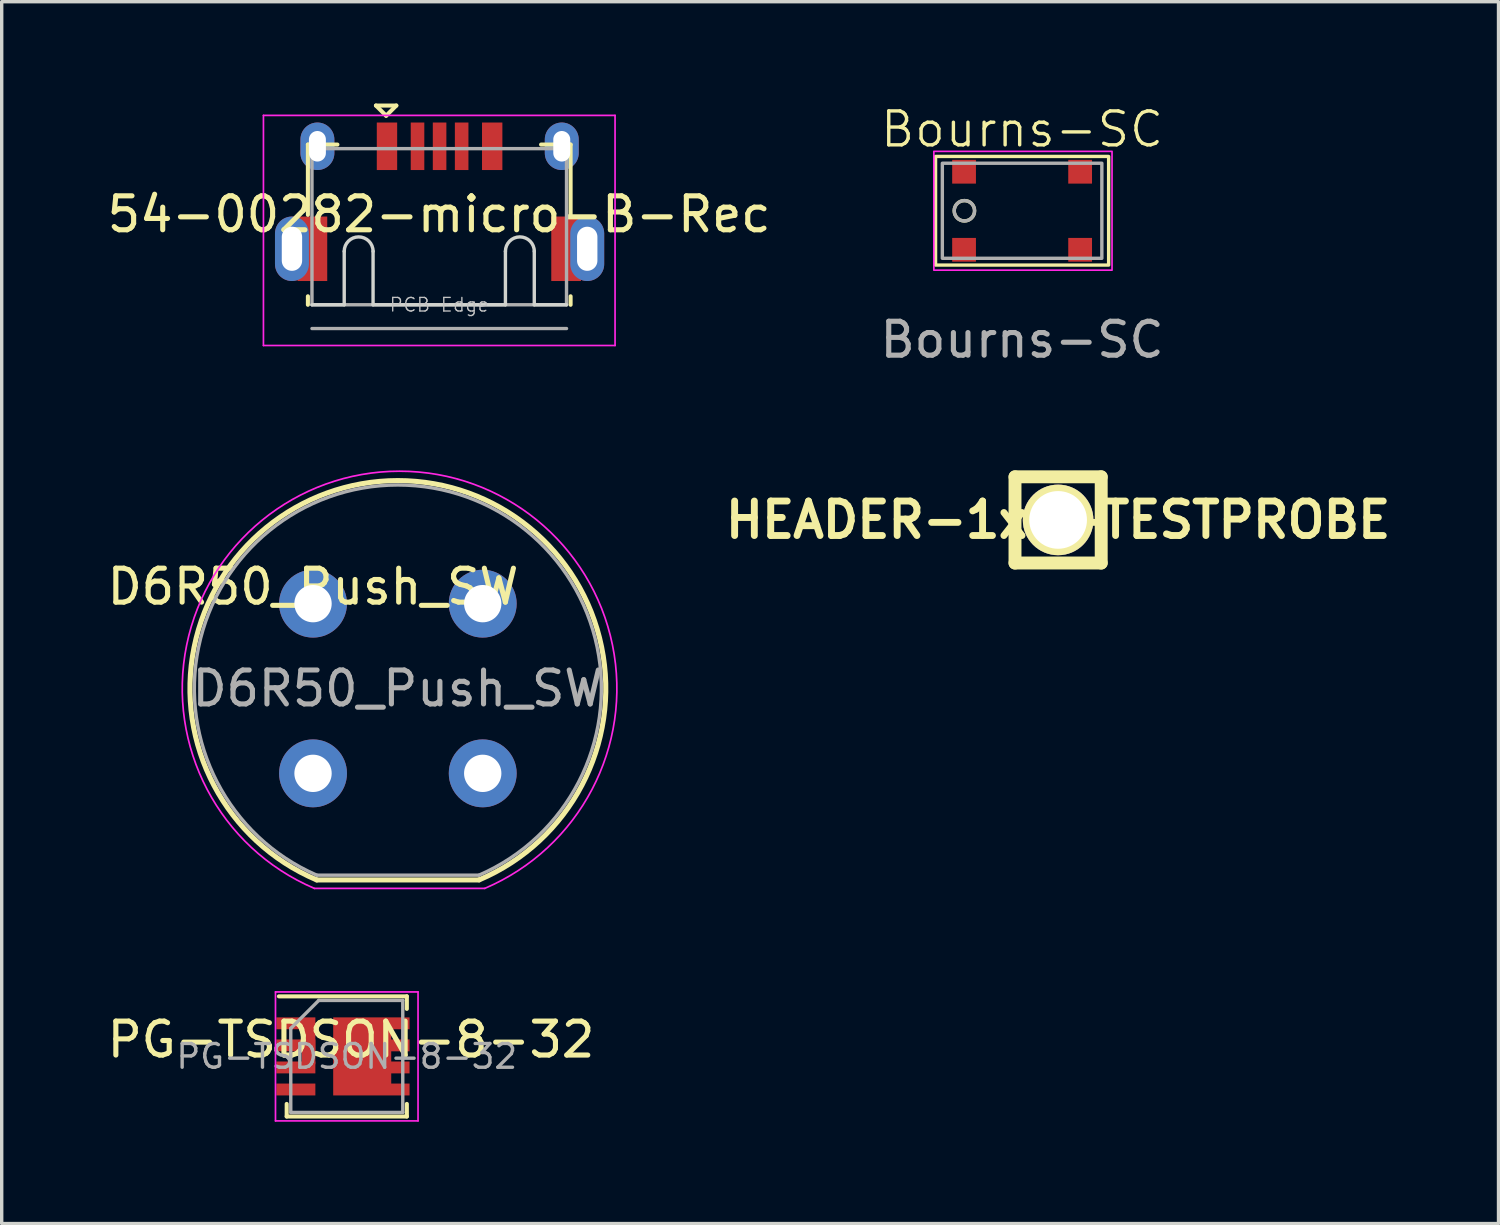
<source format=kicad_pcb>
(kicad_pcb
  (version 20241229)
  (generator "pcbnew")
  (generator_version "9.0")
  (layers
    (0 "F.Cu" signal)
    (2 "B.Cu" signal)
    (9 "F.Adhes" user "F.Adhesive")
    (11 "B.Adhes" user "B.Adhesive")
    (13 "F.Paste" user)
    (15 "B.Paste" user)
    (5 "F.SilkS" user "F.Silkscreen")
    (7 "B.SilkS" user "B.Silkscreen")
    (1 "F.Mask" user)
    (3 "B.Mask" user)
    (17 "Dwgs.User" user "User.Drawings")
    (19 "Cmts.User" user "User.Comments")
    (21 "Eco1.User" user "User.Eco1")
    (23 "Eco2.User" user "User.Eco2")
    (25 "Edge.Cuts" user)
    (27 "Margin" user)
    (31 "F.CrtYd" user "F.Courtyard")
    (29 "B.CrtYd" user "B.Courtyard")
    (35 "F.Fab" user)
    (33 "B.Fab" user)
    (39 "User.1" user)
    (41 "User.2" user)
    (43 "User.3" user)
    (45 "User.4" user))
  (footprint "PG-TSDSON-8-32"
    (layer "F.Cu")
    (at 7.292 28.081)
    (property "Reference" "PG-TSDSON-8-32" (at 0 -0.5 0) (unlocked yes) (layer "F.SilkS") (effects (font (size 1 1) (thickness 0.15))))
    (attr smd)
    (fp_line (start -1.895 1.765) (end -1.895 1.395) (stroke (width 0.12) (type solid)) (layer "F.SilkS"))
    (fp_line (start -1.895 1.765) (end 1.645 1.765) (stroke (width 0.12) (type solid)) (layer "F.SilkS"))
    (fp_line (start 1.645 -1.775) (end -2.125 -1.775) (stroke (width 0.12) (type solid)) (layer "F.SilkS"))
    (fp_line (start 1.645 -1.775) (end 1.645 -1.405) (stroke (width 0.12) (type solid)) (layer "F.SilkS"))
    (fp_line (start 1.645 1.765) (end 1.645 1.395) (stroke (width 0.12) (type solid)) (layer "F.SilkS"))
    (fp_line (start -2.225 -1.905) (end -2.225 1.895) (stroke (width 0.05) (type solid)) (layer "F.CrtYd"))
    (fp_line (start -2.225 1.895) (end 1.975 1.895) (stroke (width 0.05) (type solid)) (layer "F.CrtYd"))
    (fp_line (start 1.975 -1.905) (end -2.225 -1.905) (stroke (width 0.05) (type solid)) (layer "F.CrtYd"))
    (fp_line (start 1.975 1.895) (end 1.975 -1.905) (stroke (width 0.05) (type solid)) (layer "F.CrtYd"))
    (fp_line (start -1.775 -0.83) (end -1.775 1.645) (stroke (width 0.1) (type solid)) (layer "F.Fab"))
    (fp_line (start -1.775 1.645) (end 1.525 1.645) (stroke (width 0.1) (type solid)) (layer "F.Fab"))
    (fp_line (start -0.95 -1.655) (end -1.775 -0.83) (stroke (width 0.1) (type solid)) (layer "F.Fab"))
    (fp_line (start 1.525 -1.655) (end -0.95 -1.655) (stroke (width 0.1) (type solid)) (layer "F.Fab"))
    (fp_line (start 1.525 1.645) (end 1.525 -1.655) (stroke (width 0.1) (type solid)) (layer "F.Fab"))
    (fp_text user "${REFERENCE}" (at -0.125 -0.005 0) (layer "F.Fab") (effects (font (size 0.7 0.7) (thickness 0.1))))
    (pad "" smd rect (at -0.105 -0.57) (size 0.6 1) (layers "F.Paste"))
    (pad "" smd rect (at -0.105 0.56) (size 0.6 1) (layers "F.Paste"))
    (pad "" smd rect (at 0.605 -0.57) (size 0.6 1) (layers "F.Paste"))
    (pad "" smd rect (at 0.605 0.56) (size 0.6 1) (layers "F.Paste"))
    (pad "" smd rect (at 1.575 -0.98) (size 0.92 0.35) (layers "F.Paste"))
    (pad "" smd rect (at 1.575 -0.33) (size 0.92 0.35) (layers "F.Paste"))
    (pad "" smd rect (at 1.575 0.32) (size 0.92 0.35) (layers "F.Paste"))
    (pad "" smd rect (at 1.575 0.97) (size 0.92 0.35) (layers "F.Paste"))
    (pad "1" smd rect (at -1.625 -0.98) (size 1.15 0.35) (layers "F.Cu" "F.Mask" "F.Paste"))
    (pad "2" smd rect (at -1.625 -0.33) (size 1.15 0.35) (layers "F.Cu" "F.Mask" "F.Paste"))
    (pad "3" smd rect (at -1.625 0.32) (size 1.15 0.35) (layers "F.Cu" "F.Mask" "F.Paste"))
    (pad "4" smd rect (at -1.625 0.97) (size 1.15 0.35) (layers "F.Cu" "F.Mask" "F.Paste"))
    (pad "5" smd custom (at 0.33 -0.005) (size 1.71 2.3) (layers "F.Cu" "F.Mask") (options (anchor rect)) (primitives (gr_poly (pts (xy 1.395 1.15) (xy 0.855 1.15) (xy 0.855 0.8) (xy 1.395 0.8)) (width 0) (fill yes)) (gr_poly (pts (xy 1.395 0.5) (xy 0.855 0.5) (xy 0.855 0.15) (xy 1.395 0.15)) (width 0) (fill yes)) (gr_poly (pts (xy 1.395 -0.15) (xy 0.855 -0.15) (xy 0.855 -0.5) (xy 1.395 -0.5)) (width 0) (fill yes)) (gr_poly (pts (xy 1.395 -0.8) (xy 0.855 -0.8) (xy 0.855 -1.15) (xy 1.395 -1.15)) (width 0) (fill yes))))
    (pad "S" smd rect (at -1.25 -0.35 90) (size 1.15 0.4) (layers "F.Cu" "F.Mask" "F.Paste")))
  (footprint "HEADER-1x1-TESTPROBE"
    (layer "F.Cu")
    (at 28.126 12.269)
    (property "Reference" "HEADER-1x1-TESTPROBE" (at 0 0 0) (layer "F.SilkS") (effects (font (size 1.016 1.016) (thickness 0.203))))
    (attr through_hole)
    (fp_line (start -1.27 -1.27) (end -1.27 1.27) (stroke (width 0.381) (type solid)) (layer "F.SilkS"))
    (fp_line (start -1.27 -1.27) (end 1.27 -1.27) (stroke (width 0.381) (type solid)) (layer "F.SilkS"))
    (fp_line (start 1.27 -1.27) (end 1.27 1.27) (stroke (width 0.381) (type solid)) (layer "F.SilkS"))
    (fp_line (start 1.27 1.27) (end -1.27 1.27) (stroke (width 0.381) (type solid)) (layer "F.SilkS"))
    (pad "1" thru_hole circle (at 0 0) (size 2.08 2.08) (drill 1.7) (layers "*.Cu" "*.Mask" "F.SilkS")))
  (footprint "Bourns-SC"
    (layer "F.Cu")
    (at 27.065 3.16)
    (property "Reference" "Bourns-SC" (at 0 -2.4 0) (unlocked yes) (layer "F.SilkS") (effects (font (size 1 1) (thickness 0.1))))
    (attr smd)
    (fp_rect (start -2.55 -1.6) (end 2.55 1.6) (stroke (width 0.1) (type default)) (fill no) (layer "F.SilkS"))
    (fp_circle (center -1.7 0) (end -1.4 0) (stroke (width 0.1) (type solid)) (fill no) (layer "F.SilkS"))
    (fp_rect (start -2.6 -1.75) (end 2.65 1.75) (stroke (width 0.05) (type default)) (fill no) (layer "F.CrtYd"))
    (fp_rect (start 2.35 -1.4) (end -2.35 1.4) (stroke (width 0.1) (type default)) (fill no) (layer "F.Fab"))
    (fp_circle (center -1.7 0) (end -1.7 -0.3) (stroke (width 0.1) (type default)) (fill no) (layer "F.Fab"))
    (fp_text user "${REFERENCE}" (at 0 3.8 0) (unlocked yes) (layer "F.Fab") (effects (font (size 1 1) (thickness 0.15))))
    (pad "1" smd rect (at -1.71 -1.15) (size 0.7 0.7) (layers "F.Cu" "F.Mask" "F.Paste"))
    (pad "1" smd rect (at -1.71 1.15) (size 0.7 0.7) (layers "F.Cu" "F.Mask" "F.Paste"))
    (pad "2" smd rect (at 1.71 -1.15) (size 0.7 0.7) (layers "F.Cu" "F.Mask" "F.Paste"))
    (pad "2" smd rect (at 1.71 1.15) (size 0.7 0.7) (layers "F.Cu" "F.Mask" "F.Paste")))
  (footprint "D6R50_Push_SW"
    (layer "F.Cu")
    (at 6.173 14.736)
    (property "Reference" "D6R50_Push_SW" (at 0 -0.5 0) (unlocked yes) (layer "F.SilkS") (effects (font (size 1 1) (thickness 0.15))))
    (attr smd)
    (fp_line (start 4.89 8.14) (end 0.11 8.14) (stroke (width 0.15) (type solid)) (layer "F.SilkS"))
    (fp_arc (start 0.11 8.14) (mid 2.496283 -3.625495) (end 4.896843 8.137095) (stroke (width 0.15) (type solid)) (layer "F.SilkS"))
    (fp_line (start 0.04 8.39) (end 5.06 8.39) (stroke (width 0.05) (type solid)) (layer "F.CrtYd"))
    (fp_arc (start 0.04 8.39) (mid 2.55 -3.902515) (end 5.06 8.39) (stroke (width 0.05) (type solid)) (layer "F.CrtYd"))
    (fp_line (start 0.11 8) (end 4.89 8) (stroke (width 0.1) (type solid)) (layer "F.Fab"))
    (fp_arc (start 0.11 8) (mid 2.498654 -3.496841) (end 4.892469 7.998926) (stroke (width 0.1) (type solid)) (layer "F.Fab"))
    (fp_text user "${REFERENCE}" (at 2.5 2.5 0) (layer "F.Fab") (effects (font (size 1 1) (thickness 0.15))))
    (pad "1" thru_hole circle (at 5 5) (size 2 2) (drill 1.1) (layers "*.Cu" "*.Mask"))
    (pad "2" thru_hole circle (at 5 0) (size 2 2) (drill 1.1) (layers "*.Cu" "*.Mask"))
    (pad "3" thru_hole circle (at 0 5) (size 2 2) (drill 1.1) (layers "*.Cu" "*.Mask"))
    (pad "4" thru_hole circle (at 0 0) (size 2 2) (drill 1.1) (layers "*.Cu" "*.Mask")))
  (footprint "54-00282-micro-B-Rec"
    (layer "F.Cu")
    (at 9.902 5.96)
    (property "Reference" "54-00282-micro-B-Rec" (at -0.015 -2.695 0) (unlocked yes) (layer "F.SilkS") (effects (font (size 1 1) (thickness 0.15))))
    (fp_line (start -3.88 -4.75) (end -3.88 -2.68) (stroke (width 0.12) (type solid)) (layer "F.SilkS"))
    (fp_line (start -3.88 -4.75) (end -3.01 -4.75) (stroke (width 0.12) (type solid)) (layer "F.SilkS"))
    (fp_line (start -3.88 -0.28) (end -3.88 -0.03) (stroke (width 0.12) (type solid)) (layer "F.SilkS"))
    (fp_line (start -1.875 -5.9) (end -1.275 -5.9) (stroke (width 0.12) (type solid)) (layer "F.SilkS"))
    (fp_line (start -1.575 -5.6) (end -1.875 -5.9) (stroke (width 0.12) (type solid)) (layer "F.SilkS"))
    (fp_line (start -1.575 -5.6) (end -1.275 -5.9) (stroke (width 0.12) (type solid)) (layer "F.SilkS"))
    (fp_line (start 2.99 -4.75) (end 3.86 -4.75) (stroke (width 0.12) (type solid)) (layer "F.SilkS"))
    (fp_line (start 3.86 -4.75) (end 3.86 -2.68) (stroke (width 0.12) (type solid)) (layer "F.SilkS"))
    (fp_line (start 3.86 -0.28) (end 3.86 -0.03) (stroke (width 0.12) (type solid)) (layer "F.SilkS"))
    (fp_line (start -3.76 -0.03) (end -2.81 -0.03) (stroke (width 0.1) (type solid)) (layer "Edge.Cuts"))
    (fp_line (start -2.81 -1.605) (end -2.81 -0.03) (stroke (width 0.1) (type solid)) (layer "Edge.Cuts"))
    (fp_line (start -1.96 -1.605) (end -1.96 -0.03) (stroke (width 0.1) (type solid)) (layer "Edge.Cuts"))
    (fp_line (start -1.96 -0.03) (end 1.94 -0.03) (stroke (width 0.1) (type solid)) (layer "Edge.Cuts"))
    (fp_line (start 1.94 -1.605) (end 1.94 -0.03) (stroke (width 0.1) (type solid)) (layer "Edge.Cuts"))
    (fp_line (start 2.79 -1.605) (end 2.79 -0.03) (stroke (width 0.1) (type solid)) (layer "Edge.Cuts"))
    (fp_line (start 2.79 -0.03) (end 3.74 -0.03) (stroke (width 0.1) (type solid)) (layer "Edge.Cuts"))
    (fp_arc (start -2.81 -1.605) (mid -2.385 -2.03) (end -1.96 -1.605) (stroke (width 0.1) (type solid)) (layer "Edge.Cuts"))
    (fp_arc (start 1.94 -1.605) (mid 2.365 -2.03) (end 2.79 -1.605) (stroke (width 0.1) (type solid)) (layer "Edge.Cuts"))
    (fp_line (start -5.19 -5.61) (end -5.19 1.17) (stroke (width 0.05) (type solid)) (layer "F.CrtYd"))
    (fp_line (start -5.19 -5.61) (end 5.17 -5.61) (stroke (width 0.05) (type solid)) (layer "F.CrtYd"))
    (fp_line (start -5.19 1.17) (end 5.17 1.17) (stroke (width 0.05) (type solid)) (layer "F.CrtYd"))
    (fp_line (start 5.17 -5.61) (end 5.17 1.17) (stroke (width 0.05) (type solid)) (layer "F.CrtYd"))
    (fp_line (start -3.76 -4.63) (end -3.76 -0.03) (stroke (width 0.1) (type solid)) (layer "F.Fab"))
    (fp_line (start -3.76 -4.63) (end 3.74 -4.63) (stroke (width 0.1) (type solid)) (layer "F.Fab"))
    (fp_line (start -3.76 -0.03) (end 3.74 -0.03) (stroke (width 0.1) (type solid)) (layer "F.Fab"))
    (fp_line (start -3.76 0.67) (end 3.74 0.67) (stroke (width 0.1) (type solid)) (layer "F.Fab"))
    (fp_line (start 3.74 -4.63) (end 3.74 -0.03) (stroke (width 0.1) (type solid)) (layer "F.Fab"))
    (fp_text user "PCB Edge" (at -0.01 -0.03 0) (layer "Dwgs.User") (effects (font (size 0.4 0.4) (thickness 0.04))))
    (pad "" smd rect (at -3.51 -1.48) (size 0.3 0.85) (layers "F.Paste"))
    (pad "" smd rect (at 3.49 -1.48) (size 0.3 0.85) (layers "F.Paste"))
    (pad "1" smd rect (at -1.55 -4.7) (size 0.6 1.4) (layers "F.Cu" "F.Mask" "F.Paste"))
    (pad "2" smd rect (at -0.65 -4.7) (size 0.4 1.4) (layers "F.Cu" "F.Mask" "F.Paste"))
    (pad "3" smd rect (at 0 -4.7) (size 0.4 1.4) (layers "F.Cu" "F.Mask" "F.Paste"))
    (pad "4" smd rect (at 0.65 -4.7) (size 0.4 1.4) (layers "F.Cu" "F.Mask" "F.Paste"))
    (pad "5" smd rect (at 1.55 -4.7) (size 0.6 1.4) (layers "F.Cu" "F.Mask" "F.Paste"))
    (pad "6" thru_hole oval (at -4.35 -1.68) (size 1 1.9) (drill oval 0.6 1.3) (layers "*.Cu" "*.Mask"))
    (pad "6" smd rect (at -3.748 -1.68) (size 0.875 1.9) (layers "F.Cu" "F.Mask"))
    (pad "6" thru_hole oval (at -3.6 -4.7) (size 1 1.4) (drill oval 0.5 0.9) (layers "*.Cu" "*.Mask"))
    (pad "6" thru_hole oval (at 3.6 -4.7) (size 1 1.4) (drill oval 0.5 0.9) (layers "*.Cu" "*.Mask"))
    (pad "6" smd rect (at 3.728 -1.68) (size 0.875 1.9) (layers "F.Cu" "F.Mask"))
    (pad "6" thru_hole oval (at 4.35 -1.68) (size 1 1.9) (drill oval 0.6 1.3) (layers "*.Cu" "*.Mask")))
  (gr_rect
    (start -3 -3)
    (end 41.102 33.001)
    (stroke (width 0.1) (type default))
    (fill no)
    (layer "Edge.Cuts")))
</source>
